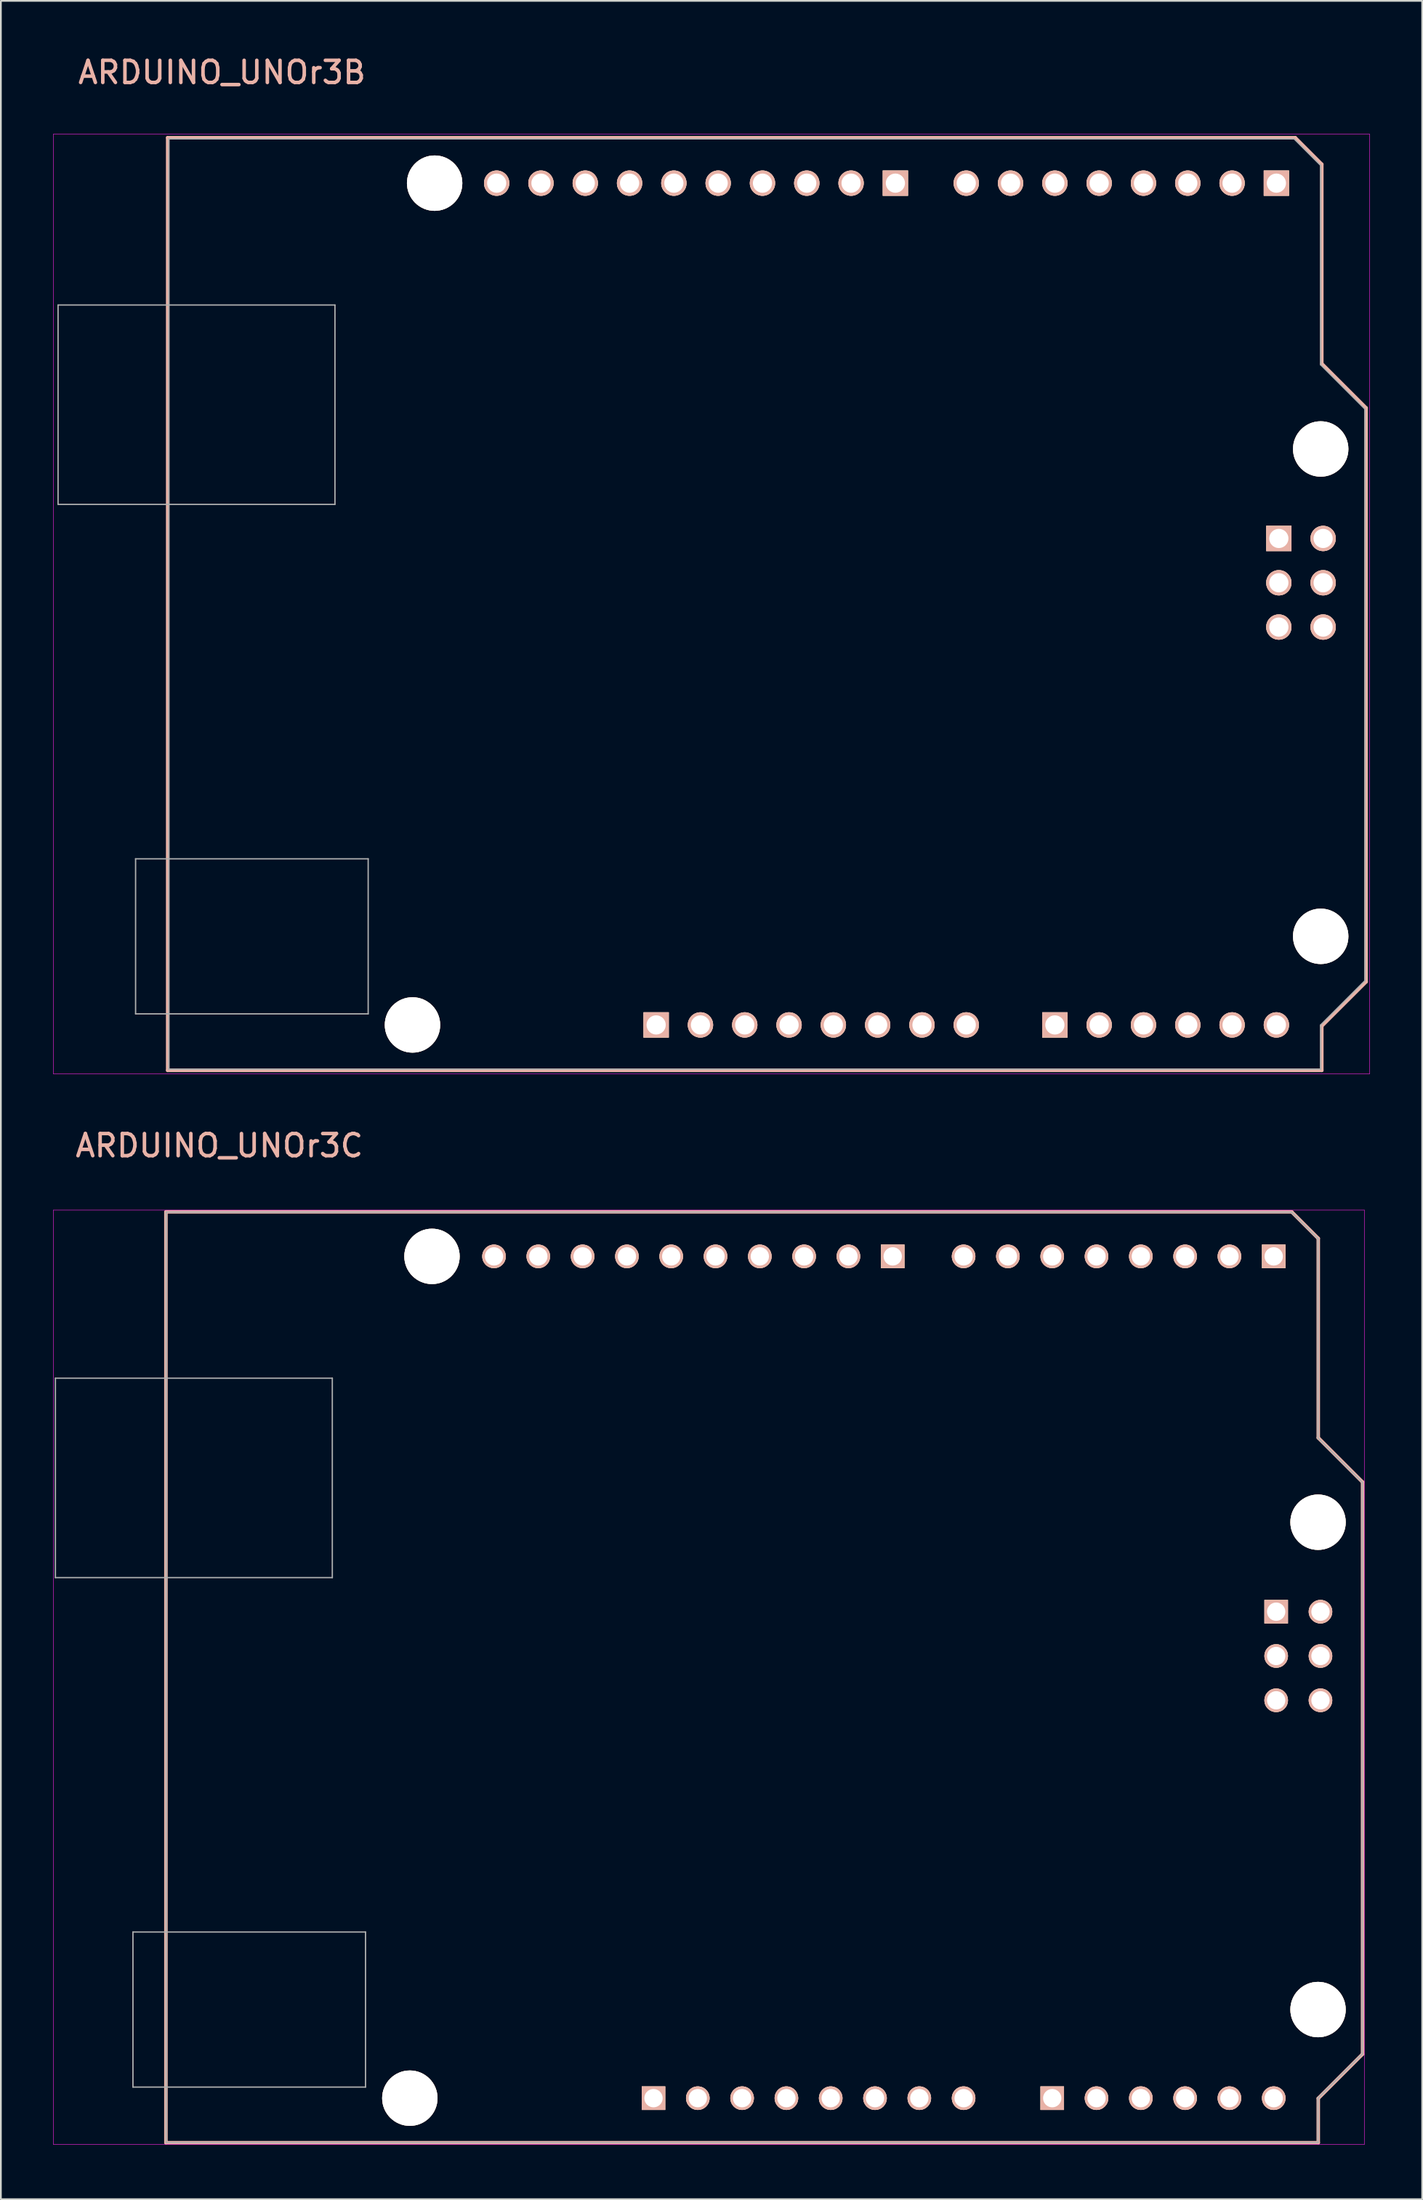
<source format=kicad_pcb>
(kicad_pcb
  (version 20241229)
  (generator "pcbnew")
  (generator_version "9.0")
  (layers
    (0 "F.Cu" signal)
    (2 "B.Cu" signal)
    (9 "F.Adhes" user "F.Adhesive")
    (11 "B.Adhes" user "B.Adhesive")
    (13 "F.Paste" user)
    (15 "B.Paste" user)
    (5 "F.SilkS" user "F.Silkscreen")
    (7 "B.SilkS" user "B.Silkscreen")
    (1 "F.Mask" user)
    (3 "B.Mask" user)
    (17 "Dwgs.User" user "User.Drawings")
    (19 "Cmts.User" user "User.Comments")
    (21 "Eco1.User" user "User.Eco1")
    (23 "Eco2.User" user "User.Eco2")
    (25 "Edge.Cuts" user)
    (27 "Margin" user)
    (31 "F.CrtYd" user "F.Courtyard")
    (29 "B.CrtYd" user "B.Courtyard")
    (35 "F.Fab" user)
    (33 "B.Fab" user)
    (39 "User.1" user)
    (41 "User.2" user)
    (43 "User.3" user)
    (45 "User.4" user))
  (footprint "ARDUINO_UNOr3C"
    (layer "F.Cu")
    (at 6.477 119.779)
    (property "Reference" "ARDUINO_UNOr3C" (at 3.048 -57.15 0) (layer "B.SilkS") (effects (font (size 1.27 1.27) (thickness 0.203))))
    (attr through_hole)
    (fp_line (start -0.013 0.013) (end -0.013 -53.353) (stroke (width 0.203) (type solid)) (layer "B.SilkS"))
    (fp_line (start 64.529 -53.353) (end -0.013 -53.353) (stroke (width 0.203) (type solid)) (layer "B.SilkS"))
    (fp_line (start 66.053 -51.829) (end 64.529 -53.353) (stroke (width 0.203) (type solid)) (layer "B.SilkS"))
    (fp_line (start 66.053 -40.399) (end 66.053 -51.829) (stroke (width 0.203) (type solid)) (layer "B.SilkS"))
    (fp_line (start 66.053 -40.399) (end 68.593 -37.859) (stroke (width 0.203) (type solid)) (layer "B.SilkS"))
    (fp_line (start 66.053 -2.527) (end 66.053 0.013) (stroke (width 0.203) (type solid)) (layer "B.SilkS"))
    (fp_line (start 66.053 0.013) (end -0.013 0.013) (stroke (width 0.203) (type solid)) (layer "B.SilkS"))
    (fp_line (start 68.593 -37.859) (end 68.593 -5.067) (stroke (width 0.203) (type solid)) (layer "B.SilkS"))
    (fp_line (start 68.593 -5.067) (end 66.053 -2.527) (stroke (width 0.203) (type solid)) (layer "B.SilkS"))
    (fp_line (start -6.464 -53.454) (end 68.694 -53.454) (stroke (width 0.025) (type solid)) (layer "F.CrtYd"))
    (fp_line (start -6.464 0.114) (end -6.464 -53.454) (stroke (width 0.025) (type solid)) (layer "F.CrtYd"))
    (fp_line (start 68.694 -53.454) (end 68.694 0.114) (stroke (width 0.025) (type solid)) (layer "F.CrtYd"))
    (fp_line (start 68.694 0.114) (end -6.464 0.114) (stroke (width 0.025) (type solid)) (layer "F.CrtYd"))
    (fp_line (start -6.35 -43.815) (end 9.525 -43.815) (stroke (width 0.076) (type solid)) (layer "F.Fab"))
    (fp_line (start -6.35 -32.385) (end -6.35 -43.815) (stroke (width 0.076) (type solid)) (layer "F.Fab"))
    (fp_line (start -1.905 -12.065) (end 11.43 -12.065) (stroke (width 0.076) (type solid)) (layer "F.Fab"))
    (fp_line (start -1.905 -3.175) (end -1.905 -12.065) (stroke (width 0.076) (type solid)) (layer "F.Fab"))
    (fp_line (start 0 0) (end 0 -53.34) (stroke (width 0.076) (type solid)) (layer "F.Fab"))
    (fp_line (start 9.525 -43.815) (end 9.525 -32.385) (stroke (width 0.076) (type solid)) (layer "F.Fab"))
    (fp_line (start 9.525 -32.385) (end -6.35 -32.385) (stroke (width 0.076) (type solid)) (layer "F.Fab"))
    (fp_line (start 11.43 -12.065) (end 11.43 -3.175) (stroke (width 0.076) (type solid)) (layer "F.Fab"))
    (fp_line (start 11.43 -3.175) (end -1.905 -3.175) (stroke (width 0.076) (type solid)) (layer "F.Fab"))
    (fp_line (start 64.516 -53.34) (end 0 -53.34) (stroke (width 0.076) (type solid)) (layer "F.Fab"))
    (fp_line (start 66.04 -51.816) (end 64.516 -53.34) (stroke (width 0.076) (type solid)) (layer "F.Fab"))
    (fp_line (start 66.04 -40.386) (end 66.04 -51.816) (stroke (width 0.076) (type solid)) (layer "F.Fab"))
    (fp_line (start 66.04 -40.386) (end 68.58 -37.846) (stroke (width 0.076) (type solid)) (layer "F.Fab"))
    (fp_line (start 66.04 -2.54) (end 66.04 0) (stroke (width 0.076) (type solid)) (layer "F.Fab"))
    (fp_line (start 66.04 0) (end 0 0) (stroke (width 0.076) (type solid)) (layer "F.Fab"))
    (fp_line (start 68.58 -37.846) (end 68.58 -5.08) (stroke (width 0.076) (type solid)) (layer "F.Fab"))
    (fp_line (start 68.58 -5.08) (end 66.04 -2.54) (stroke (width 0.076) (type solid)) (layer "F.Fab"))
    (pad "" np_thru_hole circle (at 13.97 -2.54 180) (size 3.175 3.175) (drill 3.175) (layers "*.Cu" "*.SilkS" "*.Mask"))
    (pad "" np_thru_hole circle (at 15.24 -50.8 180) (size 3.175 3.175) (drill 3.175) (layers "*.Cu" "*.SilkS" "*.Mask"))
    (pad "" np_thru_hole circle (at 66.04 -35.56 180) (size 3.175 3.175) (drill 3.175) (layers "*.Cu" "*.SilkS" "*.Mask"))
    (pad "" np_thru_hole circle (at 66.04 -7.62 180) (size 3.175 3.175) (drill 3.175) (layers "*.Cu" "*.SilkS" "*.Mask"))
    (pad "A1" thru_hole rect (at 50.8 -2.54) (size 1.35 1.35) (drill 1.05) (layers "*.Cu" "*.SilkS" "*.Mask"))
    (pad "A2" thru_hole circle (at 53.34 -2.54) (size 1.35 1.35) (drill 1.05) (layers "*.Cu" "*.SilkS" "*.Mask"))
    (pad "A3" thru_hole circle (at 55.88 -2.54) (size 1.35 1.35) (drill 1.05) (layers "*.Cu" "*.SilkS" "*.Mask"))
    (pad "A4" thru_hole circle (at 58.42 -2.54) (size 1.35 1.35) (drill 1.05) (layers "*.Cu" "*.SilkS" "*.Mask"))
    (pad "A5" thru_hole circle (at 60.96 -2.54) (size 1.35 1.35) (drill 1.05) (layers "*.Cu" "*.SilkS" "*.Mask"))
    (pad "A6" thru_hole circle (at 63.5 -2.54) (size 1.35 1.35) (drill 1.05) (layers "*.Cu" "*.SilkS" "*.Mask"))
    (pad "H1" thru_hole rect (at 41.656 -50.8) (size 1.35 1.35) (drill 1.05) (layers "*.Cu" "*.SilkS" "*.Mask"))
    (pad "H2" thru_hole circle (at 39.116 -50.8) (size 1.35 1.35) (drill 1.05) (layers "*.Cu" "*.SilkS" "*.Mask"))
    (pad "H3" thru_hole circle (at 36.576 -50.8) (size 1.35 1.35) (drill 1.05) (layers "*.Cu" "*.SilkS" "*.Mask"))
    (pad "H4" thru_hole circle (at 34.036 -50.8) (size 1.35 1.35) (drill 1.05) (layers "*.Cu" "*.SilkS" "*.Mask"))
    (pad "H5" thru_hole circle (at 31.496 -50.8) (size 1.35 1.35) (drill 1.05) (layers "*.Cu" "*.SilkS" "*.Mask"))
    (pad "H6" thru_hole circle (at 28.956 -50.8) (size 1.35 1.35) (drill 1.05) (layers "*.Cu" "*.SilkS" "*.Mask"))
    (pad "H7" thru_hole circle (at 26.416 -50.8) (size 1.35 1.35) (drill 1.05) (layers "*.Cu" "*.SilkS" "*.Mask"))
    (pad "H8" thru_hole circle (at 23.876 -50.8) (size 1.35 1.35) (drill 1.05) (layers "*.Cu" "*.SilkS" "*.Mask"))
    (pad "H9" thru_hole circle (at 21.336 -50.8) (size 1.35 1.35) (drill 1.05) (layers "*.Cu" "*.SilkS" "*.Mask"))
    (pad "H10" thru_hole circle (at 18.796 -50.8) (size 1.35 1.35) (drill 1.05) (layers "*.Cu" "*.SilkS" "*.Mask"))
    (pad "ISP1" thru_hole rect (at 63.64 -30.43) (size 1.35 1.35) (drill 1.05) (layers "*.Cu" "*.SilkS" "*.Mask"))
    (pad "ISP2" thru_hole circle (at 66.18 -30.43) (size 1.35 1.35) (drill 1.05) (layers "*.Cu" "*.SilkS" "*.Mask"))
    (pad "ISP3" thru_hole circle (at 63.64 -27.89) (size 1.35 1.35) (drill 1.05) (layers "*.Cu" "*.SilkS" "*.Mask"))
    (pad "ISP4" thru_hole circle (at 66.18 -27.89) (size 1.35 1.35) (drill 1.05) (layers "*.Cu" "*.SilkS" "*.Mask"))
    (pad "ISP5" thru_hole circle (at 63.64 -25.35) (size 1.35 1.35) (drill 1.05) (layers "*.Cu" "*.SilkS" "*.Mask"))
    (pad "ISP6" thru_hole circle (at 66.18 -25.35) (size 1.35 1.35) (drill 1.05) (layers "*.Cu" "*.SilkS" "*.Mask"))
    (pad "L1" thru_hole rect (at 63.5 -50.8) (size 1.35 1.35) (drill 1.05) (layers "*.Cu" "*.SilkS" "*.Mask"))
    (pad "L2" thru_hole circle (at 60.96 -50.8) (size 1.35 1.35) (drill 1.05) (layers "*.Cu" "*.SilkS" "*.Mask"))
    (pad "L3" thru_hole circle (at 58.42 -50.8) (size 1.35 1.35) (drill 1.05) (layers "*.Cu" "*.SilkS" "*.Mask"))
    (pad "L4" thru_hole circle (at 55.88 -50.8) (size 1.35 1.35) (drill 1.05) (layers "*.Cu" "*.SilkS" "*.Mask"))
    (pad "L5" thru_hole circle (at 53.34 -50.8) (size 1.35 1.35) (drill 1.05) (layers "*.Cu" "*.SilkS" "*.Mask"))
    (pad "L6" thru_hole circle (at 50.8 -50.8) (size 1.35 1.35) (drill 1.05) (layers "*.Cu" "*.SilkS" "*.Mask"))
    (pad "L7" thru_hole circle (at 48.26 -50.8) (size 1.35 1.35) (drill 1.05) (layers "*.Cu" "*.SilkS" "*.Mask"))
    (pad "L8" thru_hole circle (at 45.72 -50.8) (size 1.35 1.35) (drill 1.05) (layers "*.Cu" "*.SilkS" "*.Mask"))
    (pad "P1" thru_hole rect (at 27.94 -2.54) (size 1.35 1.35) (drill 1.05) (layers "*.Cu" "*.SilkS" "*.Mask"))
    (pad "P2" thru_hole circle (at 30.48 -2.54) (size 1.35 1.35) (drill 1.05) (layers "*.Cu" "*.SilkS" "*.Mask"))
    (pad "P3" thru_hole circle (at 33.02 -2.54) (size 1.35 1.35) (drill 1.05) (layers "*.Cu" "*.SilkS" "*.Mask"))
    (pad "P4" thru_hole circle (at 35.56 -2.54) (size 1.35 1.35) (drill 1.05) (layers "*.Cu" "*.SilkS" "*.Mask"))
    (pad "P5" thru_hole circle (at 38.1 -2.54) (size 1.35 1.35) (drill 1.05) (layers "*.Cu" "*.SilkS" "*.Mask"))
    (pad "P6" thru_hole circle (at 40.64 -2.54) (size 1.35 1.35) (drill 1.05) (layers "*.Cu" "*.SilkS" "*.Mask"))
    (pad "P7" thru_hole circle (at 43.18 -2.54) (size 1.35 1.35) (drill 1.05) (layers "*.Cu" "*.SilkS" "*.Mask"))
    (pad "P8" thru_hole circle (at 45.72 -2.54) (size 1.35 1.35) (drill 1.05) (layers "*.Cu" "*.SilkS" "*.Mask")))
  (footprint "ARDUINO_UNOr3B"
    (layer "F.Cu")
    (at 6.629 58.25)
    (property "Reference" "ARDUINO_UNOr3B" (at 3.048 -57.15 0) (layer "B.SilkS") (effects (font (size 1.27 1.27) (thickness 0.203))))
    (attr through_hole)
    (fp_line (start -0.064 0.064) (end -0.064 -53.404) (stroke (width 0.203) (type solid)) (layer "B.SilkS"))
    (fp_line (start 64.579 -53.404) (end -0.064 -53.404) (stroke (width 0.203) (type solid)) (layer "B.SilkS"))
    (fp_line (start 66.103 -51.88) (end 64.579 -53.404) (stroke (width 0.203) (type solid)) (layer "B.SilkS"))
    (fp_line (start 66.103 -40.45) (end 66.103 -51.88) (stroke (width 0.203) (type solid)) (layer "B.SilkS"))
    (fp_line (start 66.103 -40.45) (end 68.644 -37.91) (stroke (width 0.203) (type solid)) (layer "B.SilkS"))
    (fp_line (start 66.103 -2.477) (end 66.103 0.064) (stroke (width 0.203) (type solid)) (layer "B.SilkS"))
    (fp_line (start 66.103 0.064) (end -0.064 0.064) (stroke (width 0.203) (type solid)) (layer "B.SilkS"))
    (fp_line (start 68.644 -37.91) (end 68.644 -5.016) (stroke (width 0.203) (type solid)) (layer "B.SilkS"))
    (fp_line (start 68.644 -5.016) (end 66.103 -2.477) (stroke (width 0.203) (type solid)) (layer "B.SilkS"))
    (fp_line (start -6.617 -53.607) (end 68.847 -53.607) (stroke (width 0.025) (type solid)) (layer "F.CrtYd"))
    (fp_line (start -6.617 0.267) (end -6.617 -53.607) (stroke (width 0.025) (type solid)) (layer "F.CrtYd"))
    (fp_line (start 68.847 -53.607) (end 68.847 0.267) (stroke (width 0.025) (type solid)) (layer "F.CrtYd"))
    (fp_line (start 68.847 0.267) (end -6.617 0.267) (stroke (width 0.025) (type solid)) (layer "F.CrtYd"))
    (fp_line (start -6.35 -43.815) (end 9.525 -43.815) (stroke (width 0.076) (type solid)) (layer "F.Fab"))
    (fp_line (start -6.35 -32.385) (end -6.35 -43.815) (stroke (width 0.076) (type solid)) (layer "F.Fab"))
    (fp_line (start -1.905 -12.065) (end 11.43 -12.065) (stroke (width 0.076) (type solid)) (layer "F.Fab"))
    (fp_line (start -1.905 -3.175) (end -1.905 -12.065) (stroke (width 0.076) (type solid)) (layer "F.Fab"))
    (fp_line (start 0 0) (end 0 -53.34) (stroke (width 0.076) (type solid)) (layer "F.Fab"))
    (fp_line (start 9.525 -43.815) (end 9.525 -32.385) (stroke (width 0.076) (type solid)) (layer "F.Fab"))
    (fp_line (start 9.525 -32.385) (end -6.35 -32.385) (stroke (width 0.076) (type solid)) (layer "F.Fab"))
    (fp_line (start 11.43 -12.065) (end 11.43 -3.175) (stroke (width 0.076) (type solid)) (layer "F.Fab"))
    (fp_line (start 11.43 -3.175) (end -1.905 -3.175) (stroke (width 0.076) (type solid)) (layer "F.Fab"))
    (fp_line (start 64.516 -53.34) (end 0 -53.34) (stroke (width 0.076) (type solid)) (layer "F.Fab"))
    (fp_line (start 66.04 -51.816) (end 64.516 -53.34) (stroke (width 0.076) (type solid)) (layer "F.Fab"))
    (fp_line (start 66.04 -40.386) (end 66.04 -51.816) (stroke (width 0.076) (type solid)) (layer "F.Fab"))
    (fp_line (start 66.04 -40.386) (end 68.58 -37.846) (stroke (width 0.076) (type solid)) (layer "F.Fab"))
    (fp_line (start 66.04 -2.54) (end 66.04 0) (stroke (width 0.076) (type solid)) (layer "F.Fab"))
    (fp_line (start 66.04 0) (end 0 0) (stroke (width 0.076) (type solid)) (layer "F.Fab"))
    (fp_line (start 68.58 -37.846) (end 68.58 -5.08) (stroke (width 0.076) (type solid)) (layer "F.Fab"))
    (fp_line (start 68.58 -5.08) (end 66.04 -2.54) (stroke (width 0.076) (type solid)) (layer "F.Fab"))
    (pad "" np_thru_hole circle (at 13.97 -2.54 180) (size 3.175 3.175) (drill 3.175) (layers "*.Cu" "*.SilkS" "*.Mask"))
    (pad "" np_thru_hole circle (at 15.24 -50.8 180) (size 3.175 3.175) (drill 3.175) (layers "*.Cu" "*.SilkS" "*.Mask"))
    (pad "" np_thru_hole circle (at 66.04 -35.56 180) (size 3.175 3.175) (drill 3.175) (layers "*.Cu" "*.SilkS" "*.Mask"))
    (pad "" np_thru_hole circle (at 66.04 -7.62 180) (size 3.175 3.175) (drill 3.175) (layers "*.Cu" "*.SilkS" "*.Mask"))
    (pad "A1" thru_hole rect (at 50.8 -2.54) (size 1.45 1.45) (drill 1.1) (layers "*.Cu" "*.SilkS" "*.Mask"))
    (pad "A2" thru_hole circle (at 53.34 -2.54) (size 1.45 1.45) (drill 1.1) (layers "*.Cu" "*.SilkS" "*.Mask"))
    (pad "A3" thru_hole circle (at 55.88 -2.54) (size 1.45 1.45) (drill 1.1) (layers "*.Cu" "*.SilkS" "*.Mask"))
    (pad "A4" thru_hole circle (at 58.42 -2.54) (size 1.45 1.45) (drill 1.1) (layers "*.Cu" "*.SilkS" "*.Mask"))
    (pad "A5" thru_hole circle (at 60.96 -2.54) (size 1.45 1.45) (drill 1.1) (layers "*.Cu" "*.SilkS" "*.Mask"))
    (pad "A6" thru_hole circle (at 63.5 -2.54) (size 1.45 1.45) (drill 1.1) (layers "*.Cu" "*.SilkS" "*.Mask"))
    (pad "H1" thru_hole rect (at 41.656 -50.8) (size 1.45 1.45) (drill 1.1) (layers "*.Cu" "*.SilkS" "*.Mask"))
    (pad "H2" thru_hole circle (at 39.116 -50.8) (size 1.45 1.45) (drill 1.1) (layers "*.Cu" "*.SilkS" "*.Mask"))
    (pad "H3" thru_hole circle (at 36.576 -50.8) (size 1.45 1.45) (drill 1.1) (layers "*.Cu" "*.SilkS" "*.Mask"))
    (pad "H4" thru_hole circle (at 34.036 -50.8) (size 1.45 1.45) (drill 1.1) (layers "*.Cu" "*.SilkS" "*.Mask"))
    (pad "H5" thru_hole circle (at 31.496 -50.8) (size 1.45 1.45) (drill 1.1) (layers "*.Cu" "*.SilkS" "*.Mask"))
    (pad "H6" thru_hole circle (at 28.956 -50.8) (size 1.45 1.45) (drill 1.1) (layers "*.Cu" "*.SilkS" "*.Mask"))
    (pad "H7" thru_hole circle (at 26.416 -50.8) (size 1.45 1.45) (drill 1.1) (layers "*.Cu" "*.SilkS" "*.Mask"))
    (pad "H8" thru_hole circle (at 23.876 -50.8) (size 1.45 1.45) (drill 1.1) (layers "*.Cu" "*.SilkS" "*.Mask"))
    (pad "H9" thru_hole circle (at 21.336 -50.8) (size 1.45 1.45) (drill 1.1) (layers "*.Cu" "*.SilkS" "*.Mask"))
    (pad "H10" thru_hole circle (at 18.796 -50.8) (size 1.45 1.45) (drill 1.1) (layers "*.Cu" "*.SilkS" "*.Mask"))
    (pad "ISP1" thru_hole rect (at 63.64 -30.43) (size 1.45 1.45) (drill 1.1) (layers "*.Cu" "*.SilkS" "*.Mask"))
    (pad "ISP2" thru_hole circle (at 66.18 -30.43) (size 1.45 1.45) (drill 1.1) (layers "*.Cu" "*.SilkS" "*.Mask"))
    (pad "ISP3" thru_hole circle (at 63.64 -27.89) (size 1.45 1.45) (drill 1.1) (layers "*.Cu" "*.SilkS" "*.Mask"))
    (pad "ISP4" thru_hole circle (at 66.18 -27.89) (size 1.45 1.45) (drill 1.1) (layers "*.Cu" "*.SilkS" "*.Mask"))
    (pad "ISP5" thru_hole circle (at 63.64 -25.35) (size 1.45 1.45) (drill 1.1) (layers "*.Cu" "*.SilkS" "*.Mask"))
    (pad "ISP6" thru_hole circle (at 66.18 -25.35) (size 1.45 1.45) (drill 1.1) (layers "*.Cu" "*.SilkS" "*.Mask"))
    (pad "L1" thru_hole rect (at 63.5 -50.8) (size 1.45 1.45) (drill 1.1) (layers "*.Cu" "*.SilkS" "*.Mask"))
    (pad "L2" thru_hole circle (at 60.96 -50.8) (size 1.45 1.45) (drill 1.1) (layers "*.Cu" "*.SilkS" "*.Mask"))
    (pad "L3" thru_hole circle (at 58.42 -50.8) (size 1.45 1.45) (drill 1.1) (layers "*.Cu" "*.SilkS" "*.Mask"))
    (pad "L4" thru_hole circle (at 55.88 -50.8) (size 1.45 1.45) (drill 1.1) (layers "*.Cu" "*.SilkS" "*.Mask"))
    (pad "L5" thru_hole circle (at 53.34 -50.8) (size 1.45 1.45) (drill 1.1) (layers "*.Cu" "*.SilkS" "*.Mask"))
    (pad "L6" thru_hole circle (at 50.8 -50.8) (size 1.45 1.45) (drill 1.1) (layers "*.Cu" "*.SilkS" "*.Mask"))
    (pad "L7" thru_hole circle (at 48.26 -50.8) (size 1.45 1.45) (drill 1.1) (layers "*.Cu" "*.SilkS" "*.Mask"))
    (pad "L8" thru_hole circle (at 45.72 -50.8) (size 1.45 1.45) (drill 1.1) (layers "*.Cu" "*.SilkS" "*.Mask"))
    (pad "P1" thru_hole rect (at 27.94 -2.54) (size 1.45 1.45) (drill 1.1) (layers "*.Cu" "*.SilkS" "*.Mask"))
    (pad "P2" thru_hole circle (at 30.48 -2.54) (size 1.45 1.45) (drill 1.1) (layers "*.Cu" "*.SilkS" "*.Mask"))
    (pad "P3" thru_hole circle (at 33.02 -2.54) (size 1.45 1.45) (drill 1.1) (layers "*.Cu" "*.SilkS" "*.Mask"))
    (pad "P4" thru_hole circle (at 35.56 -2.54) (size 1.45 1.45) (drill 1.1) (layers "*.Cu" "*.SilkS" "*.Mask"))
    (pad "P5" thru_hole circle (at 38.1 -2.54) (size 1.45 1.45) (drill 1.1) (layers "*.Cu" "*.SilkS" "*.Mask"))
    (pad "P6" thru_hole circle (at 40.64 -2.54) (size 1.45 1.45) (drill 1.1) (layers "*.Cu" "*.SilkS" "*.Mask"))
    (pad "P7" thru_hole circle (at 43.18 -2.54) (size 1.45 1.45) (drill 1.1) (layers "*.Cu" "*.SilkS" "*.Mask"))
    (pad "P8" thru_hole circle (at 45.72 -2.54) (size 1.45 1.45) (drill 1.1) (layers "*.Cu" "*.SilkS" "*.Mask")))
  (gr_rect
    (start -3 -3)
    (end 78.489 123.029)
    (stroke (width 0.1) (type default))
    (fill no)
    (layer "Edge.Cuts")))
</source>
